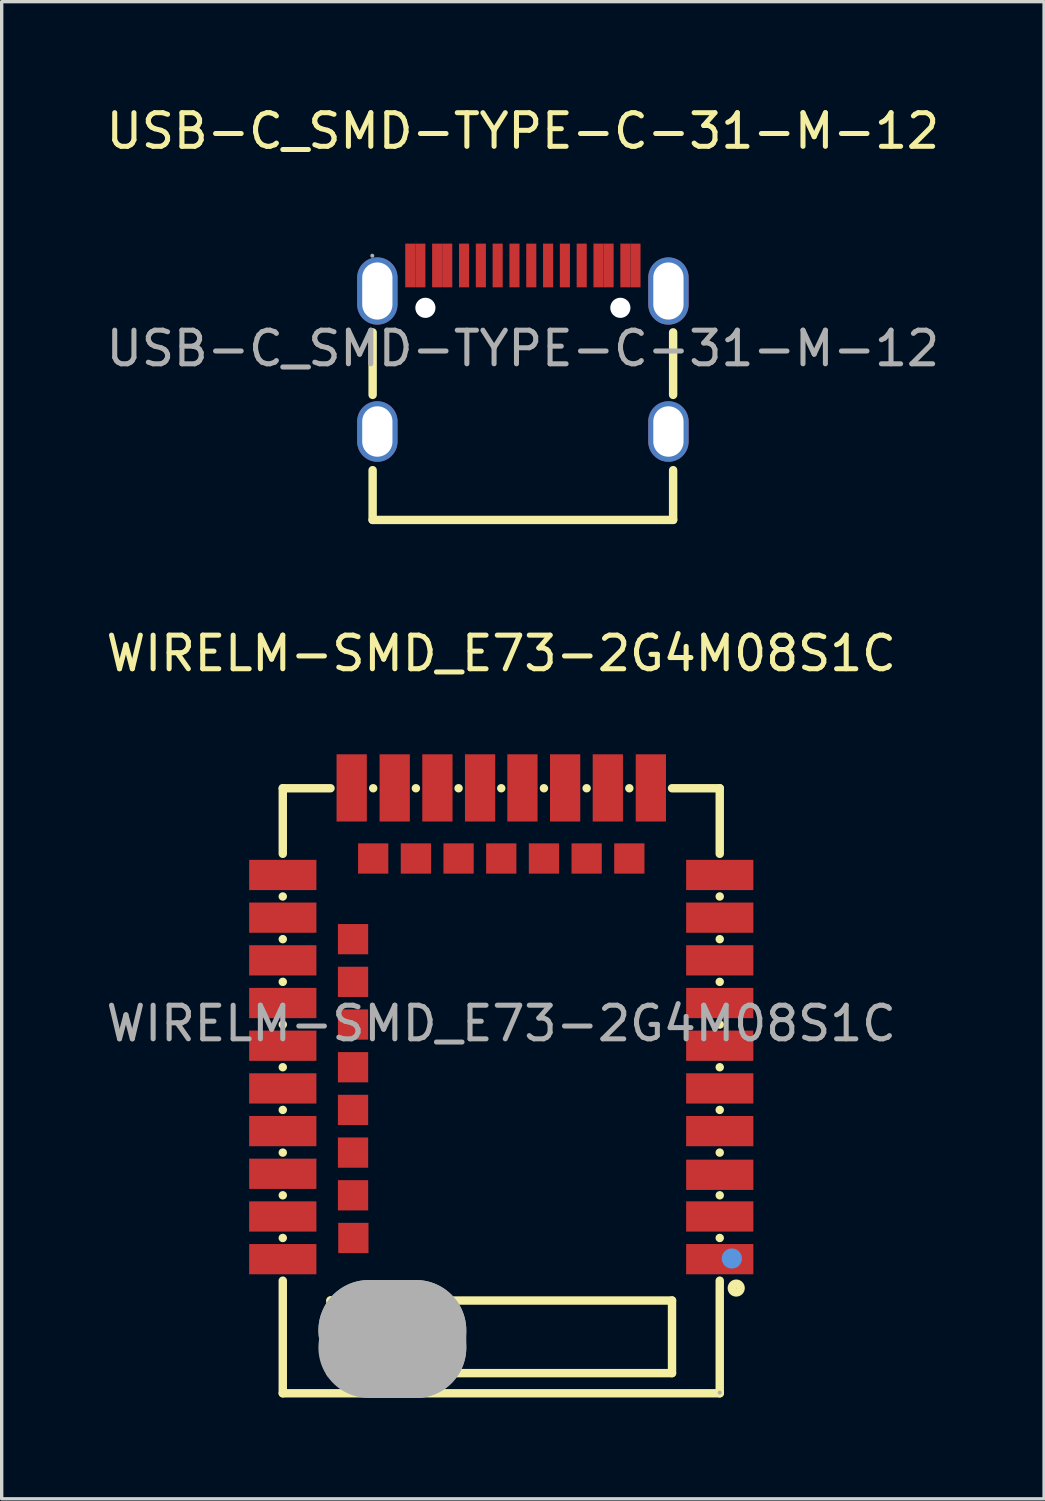
<source format=kicad_pcb>
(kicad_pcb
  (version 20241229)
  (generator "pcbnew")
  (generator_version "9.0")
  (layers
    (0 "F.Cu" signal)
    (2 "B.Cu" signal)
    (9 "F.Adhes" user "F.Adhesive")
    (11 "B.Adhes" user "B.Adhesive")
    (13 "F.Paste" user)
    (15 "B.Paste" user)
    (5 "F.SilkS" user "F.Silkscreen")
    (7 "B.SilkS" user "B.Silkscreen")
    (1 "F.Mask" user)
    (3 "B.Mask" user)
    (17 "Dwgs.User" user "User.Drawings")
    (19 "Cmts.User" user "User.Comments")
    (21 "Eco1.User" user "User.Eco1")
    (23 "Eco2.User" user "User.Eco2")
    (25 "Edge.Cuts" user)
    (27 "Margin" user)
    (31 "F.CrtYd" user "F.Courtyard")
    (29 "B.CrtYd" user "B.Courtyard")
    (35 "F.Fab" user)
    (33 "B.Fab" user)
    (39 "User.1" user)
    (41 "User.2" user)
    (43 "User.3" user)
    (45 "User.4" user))
  (footprint "USB-C_SMD-TYPE-C-31-M-12"
    (layer "F.Cu")
    (at 12.506 7.318)
    (property "Reference" "USB-C_SMD-TYPE-C-31-M-12" (at 0 -6.47 0) (layer "F.SilkS") (effects (font (size 1 1) (thickness 0.15))))
    (attr smd)
    (fp_line (start -4.47 1.38) (end -4.47 -0.48) (stroke (width 0.25) (type solid)) (layer "F.SilkS"))
    (fp_line (start -4.47 5.1) (end -4.47 3.62) (stroke (width 0.25) (type solid)) (layer "F.SilkS"))
    (fp_line (start 4.47 1.38) (end 4.47 -0.48) (stroke (width 0.25) (type solid)) (layer "F.SilkS"))
    (fp_line (start 4.47 5.1) (end -4.47 5.1) (stroke (width 0.25) (type solid)) (layer "F.SilkS"))
    (fp_line (start 4.47 5.1) (end 4.47 3.62) (stroke (width 0.25) (type solid)) (layer "F.SilkS"))
    (fp_circle (center -4.48 -2.76) (end -4.45 -2.76) (stroke (width 0.06) (type solid)) (fill no) (layer "F.Fab"))
    (fp_text user "${REFERENCE}" (at 0 0 0) (layer "F.Fab") (effects (font (size 1 1) (thickness 0.15))))
    (pad "" np_thru_hole circle (at -2.9 -1.21) (size 0.6 0.6) (drill 0.6) (layers "*.Cu" "*.Mask"))
    (pad "" np_thru_hole circle (at 2.9 -1.21) (size 0.6 0.6) (drill 0.6) (layers "*.Cu" "*.Mask"))
    (pad "0" thru_hole oval (at -4.33 -1.71) (size 1.2 2) (drill oval 0.9 1.7) (layers "*.Cu" "*.Paste" "*.Mask"))
    (pad "1" thru_hole oval (at 4.33 -1.71) (size 1.2 2) (drill oval 0.9 1.7) (layers "*.Cu" "*.Paste" "*.Mask"))
    (pad "2" thru_hole oval (at 4.33 2.47) (size 1.2 1.8) (drill oval 0.9 1.5) (layers "*.Cu" "*.Paste" "*.Mask"))
    (pad "3" thru_hole oval (at -4.33 2.47) (size 1.2 1.8) (drill oval 0.9 1.5) (layers "*.Cu" "*.Paste" "*.Mask"))
    (pad "A1" smd rect (at -3.35 -2.47) (size 0.3 1.3) (layers "F.Cu" "F.Mask" "F.Paste"))
    (pad "A4" smd rect (at -2.55 -2.47) (size 0.3 1.3) (layers "F.Cu" "F.Mask" "F.Paste"))
    (pad "A5" smd rect (at -1.25 -2.47) (size 0.3 1.3) (layers "F.Cu" "F.Mask" "F.Paste"))
    (pad "A6" smd rect (at -0.25 -2.47) (size 0.3 1.3) (layers "F.Cu" "F.Mask" "F.Paste"))
    (pad "A7" smd rect (at 0.25 -2.47) (size 0.3 1.3) (layers "F.Cu" "F.Mask" "F.Paste"))
    (pad "A8" smd rect (at 1.25 -2.47) (size 0.3 1.3) (layers "F.Cu" "F.Mask" "F.Paste"))
    (pad "A9" smd rect (at 2.55 -2.47) (size 0.3 1.3) (layers "F.Cu" "F.Mask" "F.Paste"))
    (pad "A12" smd rect (at 3.35 -2.47) (size 0.3 1.3) (layers "F.Cu" "F.Mask" "F.Paste"))
    (pad "B1" smd rect (at 3.05 -2.47) (size 0.3 1.3) (layers "F.Cu" "F.Mask" "F.Paste"))
    (pad "B4" smd rect (at 2.25 -2.47) (size 0.3 1.3) (layers "F.Cu" "F.Mask" "F.Paste"))
    (pad "B5" smd rect (at 1.75 -2.47) (size 0.3 1.3) (layers "F.Cu" "F.Mask" "F.Paste"))
    (pad "B6" smd rect (at 0.75 -2.47) (size 0.3 1.3) (layers "F.Cu" "F.Mask" "F.Paste"))
    (pad "B7" smd rect (at -0.75 -2.47) (size 0.3 1.3) (layers "F.Cu" "F.Mask" "F.Paste"))
    (pad "B8" smd rect (at -1.75 -2.47) (size 0.3 1.3) (layers "F.Cu" "F.Mask" "F.Paste"))
    (pad "B9" smd rect (at -2.25 -2.47) (size 0.3 1.3) (layers "F.Cu" "F.Mask" "F.Paste"))
    (pad "B12" smd rect (at -3.05 -2.47) (size 0.3 1.3) (layers "F.Cu" "F.Mask" "F.Paste")))
  (footprint "WIRELM-SMD_E73-2G4M08S1C"
    (layer "F.Cu")
    (at 11.863 27.401)
    (property "Reference" "WIRELM-SMD_E73-2G4M08S1C" (at 0 -11.01 0) (layer "F.SilkS") (effects (font (size 1 1) (thickness 0.15))))
    (attr smd)
    (fp_line (start -6.5 -7) (end -6.5 -5.05) (stroke (width 0.25) (type solid)) (layer "F.SilkS"))
    (fp_line (start -6.5 -7) (end -5.08 -7) (stroke (width 0.25) (type solid)) (layer "F.SilkS"))
    (fp_line (start -6.5 -3.78) (end -6.5 -3.78) (stroke (width 0.25) (type solid)) (layer "F.SilkS"))
    (fp_line (start -6.5 -2.51) (end -6.5 -2.51) (stroke (width 0.25) (type solid)) (layer "F.SilkS"))
    (fp_line (start -6.5 -1.24) (end -6.5 -1.24) (stroke (width 0.25) (type solid)) (layer "F.SilkS"))
    (fp_line (start -6.5 0.03) (end -6.5 0.03) (stroke (width 0.25) (type solid)) (layer "F.SilkS"))
    (fp_line (start -6.5 1.3) (end -6.5 1.3) (stroke (width 0.25) (type solid)) (layer "F.SilkS"))
    (fp_line (start -6.5 2.57) (end -6.5 2.57) (stroke (width 0.25) (type solid)) (layer "F.SilkS"))
    (fp_line (start -6.5 3.84) (end -6.5 3.84) (stroke (width 0.25) (type solid)) (layer "F.SilkS"))
    (fp_line (start -6.5 5.11) (end -6.5 5.11) (stroke (width 0.25) (type solid)) (layer "F.SilkS"))
    (fp_line (start -6.5 6.38) (end -6.5 6.38) (stroke (width 0.25) (type solid)) (layer "F.SilkS"))
    (fp_line (start -6.5 7.65) (end -6.5 11) (stroke (width 0.25) (type solid)) (layer "F.SilkS"))
    (fp_line (start -5.08 8.24) (end 5.08 8.24) (stroke (width 0.25) (type solid)) (layer "F.SilkS"))
    (fp_line (start -5.08 10.4) (end -5.08 8.24) (stroke (width 0.25) (type solid)) (layer "F.SilkS"))
    (fp_line (start -3.81 -7) (end -3.81 -7) (stroke (width 0.25) (type solid)) (layer "F.SilkS"))
    (fp_line (start -2.54 -7) (end -2.54 -7) (stroke (width 0.25) (type solid)) (layer "F.SilkS"))
    (fp_line (start -1.27 -7) (end -1.27 -7) (stroke (width 0.25) (type solid)) (layer "F.SilkS"))
    (fp_line (start 0 -7) (end 0 -7) (stroke (width 0.25) (type solid)) (layer "F.SilkS"))
    (fp_line (start 1.27 -7) (end 1.27 -7) (stroke (width 0.25) (type solid)) (layer "F.SilkS"))
    (fp_line (start 2.54 -7) (end 2.54 -7) (stroke (width 0.25) (type solid)) (layer "F.SilkS"))
    (fp_line (start 3.81 -7) (end 3.81 -7) (stroke (width 0.25) (type solid)) (layer "F.SilkS"))
    (fp_line (start 5.08 -7) (end 6.5 -7) (stroke (width 0.25) (type solid)) (layer "F.SilkS"))
    (fp_line (start 5.08 8.24) (end 5.08 10.4) (stroke (width 0.25) (type solid)) (layer "F.SilkS"))
    (fp_line (start 5.08 10.4) (end -5.08 10.4) (stroke (width 0.25) (type solid)) (layer "F.SilkS"))
    (fp_line (start 6.5 -7) (end 6.5 -5.05) (stroke (width 0.25) (type solid)) (layer "F.SilkS"))
    (fp_line (start 6.5 -3.78) (end 6.5 -3.78) (stroke (width 0.25) (type solid)) (layer "F.SilkS"))
    (fp_line (start 6.5 -2.51) (end 6.5 -2.51) (stroke (width 0.25) (type solid)) (layer "F.SilkS"))
    (fp_line (start 6.5 -1.24) (end 6.5 -1.24) (stroke (width 0.25) (type solid)) (layer "F.SilkS"))
    (fp_line (start 6.5 0.03) (end 6.5 0.03) (stroke (width 0.25) (type solid)) (layer "F.SilkS"))
    (fp_line (start 6.5 1.3) (end 6.5 1.3) (stroke (width 0.25) (type solid)) (layer "F.SilkS"))
    (fp_line (start 6.5 2.57) (end 6.5 2.57) (stroke (width 0.25) (type solid)) (layer "F.SilkS"))
    (fp_line (start 6.5 3.84) (end 6.5 3.84) (stroke (width 0.25) (type solid)) (layer "F.SilkS"))
    (fp_line (start 6.5 5.11) (end 6.5 5.11) (stroke (width 0.25) (type solid)) (layer "F.SilkS"))
    (fp_line (start 6.5 6.38) (end 6.5 6.38) (stroke (width 0.25) (type solid)) (layer "F.SilkS"))
    (fp_line (start 6.5 7.65) (end 6.5 11) (stroke (width 0.25) (type solid)) (layer "F.SilkS"))
    (fp_line (start 6.5 11) (end -6.5 11) (stroke (width 0.25) (type solid)) (layer "F.SilkS"))
    (fp_circle (center 6.99 7.87) (end 7.12 7.87) (stroke (width 0.25) (type solid)) (fill no) (layer "F.SilkS"))
    (fp_circle (center 6.86 6.99) (end 7.01 6.99) (stroke (width 0.3) (type solid)) (fill no) (layer "Cmts.User"))
    (fp_line (start -3.94 9.13) (end -3.94 9.13) (stroke (width 3) (type solid)) (layer "F.Fab"))
    (fp_line (start -3.94 9.13) (end -2.54 9.13) (stroke (width 3) (type solid)) (layer "F.Fab"))
    (fp_line (start -2.54 9.13) (end -2.54 9.64) (stroke (width 3) (type solid)) (layer "F.Fab"))
    (fp_line (start -2.54 9.64) (end -3.94 9.64) (stroke (width 3) (type solid)) (layer "F.Fab"))
    (fp_circle (center 6.5 10.98) (end 6.53 10.98) (stroke (width 0.06) (type solid)) (fill no) (layer "F.Fab"))
    (fp_text user "${REFERENCE}" (at 0 0 0) (layer "F.Fab") (effects (font (size 1 1) (thickness 0.15))))
    (pad "1" smd rect (at 6.5 7.01 90) (size 0.9 2) (layers "F.Cu" "F.Mask" "F.Paste"))
    (pad "2" smd rect (at 6.5 5.74 90) (size 0.9 2) (layers "F.Cu" "F.Mask" "F.Paste"))
    (pad "3" smd rect (at 6.5 4.5 90) (size 0.9 2) (layers "F.Cu" "F.Mask" "F.Paste"))
    (pad "4" smd rect (at 6.5 3.2 90) (size 0.9 2) (layers "F.Cu" "F.Mask" "F.Paste"))
    (pad "5" smd rect (at 6.5 1.93 90) (size 0.9 2) (layers "F.Cu" "F.Mask" "F.Paste"))
    (pad "6" smd rect (at 6.5 0.66 90) (size 0.9 2) (layers "F.Cu" "F.Mask" "F.Paste"))
    (pad "7" smd rect (at 6.5 -0.61 90) (size 0.9 2) (layers "F.Cu" "F.Mask" "F.Paste"))
    (pad "8" smd rect (at 6.5 -1.88 90) (size 0.9 2) (layers "F.Cu" "F.Mask" "F.Paste"))
    (pad "9" smd rect (at 6.5 -3.15 90) (size 0.9 2) (layers "F.Cu" "F.Mask" "F.Paste"))
    (pad "10" smd rect (at 6.5 -4.42 90) (size 0.9 2) (layers "F.Cu" "F.Mask" "F.Paste"))
    (pad "11" smd rect (at 4.45 -7.01 180) (size 0.9 2) (layers "F.Cu" "F.Mask" "F.Paste"))
    (pad "12" smd rect (at 3.81 -4.91 180) (size 0.9 0.9) (layers "F.Cu" "F.Mask" "F.Paste"))
    (pad "13" smd rect (at 3.17 -7.01 180) (size 0.9 2) (layers "F.Cu" "F.Mask" "F.Paste"))
    (pad "14" smd rect (at 2.54 -4.91 180) (size 0.9 0.9) (layers "F.Cu" "F.Mask" "F.Paste"))
    (pad "15" smd rect (at 1.9 -7.01 180) (size 0.9 2) (layers "F.Cu" "F.Mask" "F.Paste"))
    (pad "16" smd rect (at 1.27 -4.91 180) (size 0.9 0.9) (layers "F.Cu" "F.Mask" "F.Paste"))
    (pad "17" smd rect (at 0.63 -7.01 180) (size 0.9 2) (layers "F.Cu" "F.Mask" "F.Paste"))
    (pad "18" smd rect (at 0 -4.91 180) (size 0.9 0.9) (layers "F.Cu" "F.Mask" "F.Paste"))
    (pad "19" smd rect (at -0.63 -7.01 180) (size 0.9 2) (layers "F.Cu" "F.Mask" "F.Paste"))
    (pad "20" smd rect (at -1.27 -4.91 180) (size 0.9 0.9) (layers "F.Cu" "F.Mask" "F.Paste"))
    (pad "21" smd rect (at -1.9 -7.01 180) (size 0.9 2) (layers "F.Cu" "F.Mask" "F.Paste"))
    (pad "22" smd rect (at -2.54 -4.91 180) (size 0.9 0.9) (layers "F.Cu" "F.Mask" "F.Paste"))
    (pad "23" smd rect (at -3.17 -7.01 180) (size 0.9 2) (layers "F.Cu" "F.Mask" "F.Paste"))
    (pad "24" smd rect (at -3.81 -4.91 180) (size 0.9 0.9) (layers "F.Cu" "F.Mask" "F.Paste"))
    (pad "25" smd rect (at -4.45 -7.01 180) (size 0.9 2) (layers "F.Cu" "F.Mask" "F.Paste"))
    (pad "26" smd rect (at -6.5 -4.42 270) (size 0.9 2) (layers "F.Cu" "F.Mask" "F.Paste"))
    (pad "27" smd rect (at -6.5 -3.15 270) (size 0.9 2) (layers "F.Cu" "F.Mask" "F.Paste"))
    (pad "28" smd rect (at -4.41 -2.51 270) (size 0.9 0.9) (layers "F.Cu" "F.Mask" "F.Paste"))
    (pad "29" smd rect (at -6.5 -1.88 270) (size 0.9 2) (layers "F.Cu" "F.Mask" "F.Paste"))
    (pad "30" smd rect (at -4.41 -1.24 270) (size 0.9 0.9) (layers "F.Cu" "F.Mask" "F.Paste"))
    (pad "31" smd rect (at -6.5 -0.61 270) (size 0.9 2) (layers "F.Cu" "F.Mask" "F.Paste"))
    (pad "32" smd rect (at -4.41 0.03 270) (size 0.9 0.9) (layers "F.Cu" "F.Mask" "F.Paste"))
    (pad "33" smd rect (at -6.5 0.66 270) (size 0.9 2) (layers "F.Cu" "F.Mask" "F.Paste"))
    (pad "34" smd rect (at -4.41 1.3 270) (size 0.9 0.9) (layers "F.Cu" "F.Mask" "F.Paste"))
    (pad "35" smd rect (at -6.5 1.93 270) (size 0.9 2) (layers "F.Cu" "F.Mask" "F.Paste"))
    (pad "36" smd rect (at -4.41 2.57 270) (size 0.9 0.9) (layers "F.Cu" "F.Mask" "F.Paste"))
    (pad "37" smd rect (at -6.5 3.2 270) (size 0.9 2) (layers "F.Cu" "F.Mask" "F.Paste"))
    (pad "38" smd rect (at -4.41 3.84 270) (size 0.9 0.9) (layers "F.Cu" "F.Mask" "F.Paste"))
    (pad "39" smd rect (at -6.5 4.47 270) (size 0.9 2) (layers "F.Cu" "F.Mask" "F.Paste"))
    (pad "40" smd rect (at -4.41 5.11 270) (size 0.9 0.9) (layers "F.Cu" "F.Mask" "F.Paste"))
    (pad "41" smd rect (at -6.5 5.74 270) (size 0.9 2) (layers "F.Cu" "F.Mask" "F.Paste"))
    (pad "42" smd rect (at -4.4 6.38 270) (size 0.9 0.9) (layers "F.Cu" "F.Mask" "F.Paste"))
    (pad "43" smd rect (at -6.5 7.01 270) (size 0.9 2) (layers "F.Cu" "F.Mask" "F.Paste")))
  (gr_rect
    (start -3 -3)
    (end 28.012 41.541)
    (stroke (width 0.1) (type default))
    (fill no)
    (layer "Edge.Cuts")))
</source>
